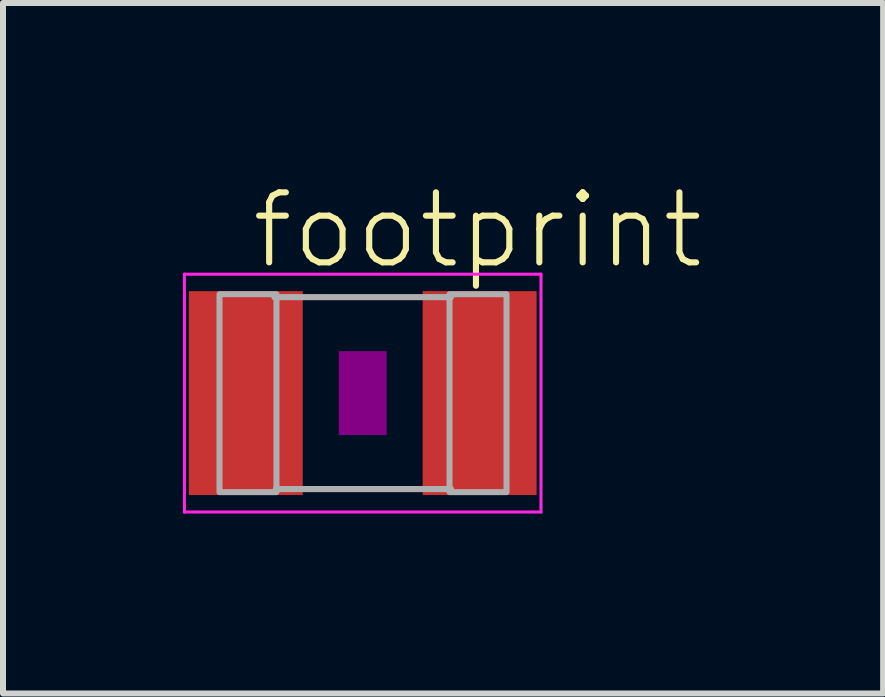
<source format=kicad_pcb>
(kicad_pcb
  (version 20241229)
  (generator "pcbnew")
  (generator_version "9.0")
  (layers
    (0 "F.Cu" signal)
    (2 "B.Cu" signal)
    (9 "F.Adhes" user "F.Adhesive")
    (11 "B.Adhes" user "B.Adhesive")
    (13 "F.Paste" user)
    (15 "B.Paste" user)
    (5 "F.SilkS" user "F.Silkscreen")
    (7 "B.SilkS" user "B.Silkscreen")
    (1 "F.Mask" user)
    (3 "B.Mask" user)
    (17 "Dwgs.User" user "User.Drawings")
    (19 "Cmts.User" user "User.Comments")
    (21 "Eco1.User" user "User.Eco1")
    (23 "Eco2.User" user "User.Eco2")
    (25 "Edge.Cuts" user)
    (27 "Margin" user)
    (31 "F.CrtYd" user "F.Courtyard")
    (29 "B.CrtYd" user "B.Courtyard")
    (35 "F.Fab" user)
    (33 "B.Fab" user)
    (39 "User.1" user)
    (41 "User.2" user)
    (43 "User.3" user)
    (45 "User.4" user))
  (footprint "footprint"
    (layer "F.Cu")
    (at 2.998 3.505)
    (property "Reference" "footprint" (at -1.905 -2.032 0) (layer "F.SilkS") (effects (font (size 1.168 1.168) (thickness 0.102)) (justify left bottom)))
    (fp_poly (pts (xy -0.4 0.7) (xy 0.4 0.7) (xy 0.4 -0.7) (xy -0.4 -0.7)) (stroke (width 0) (type solid)) (fill yes) (layer "F.Adhes"))
    (fp_line (start -2.973 -1.983) (end 2.973 -1.983) (stroke (width 0.051) (type solid)) (layer "F.CrtYd"))
    (fp_line (start -2.973 1.983) (end -2.973 -1.983) (stroke (width 0.051) (type solid)) (layer "F.CrtYd"))
    (fp_line (start 2.973 -1.983) (end 2.973 1.983) (stroke (width 0.051) (type solid)) (layer "F.CrtYd"))
    (fp_line (start 2.973 1.983) (end -2.973 1.983) (stroke (width 0.051) (type solid)) (layer "F.CrtYd"))
    (fp_line (start -1.473 -1.6) (end 1.473 -1.6) (stroke (width 0.102) (type solid)) (layer "F.Fab"))
    (fp_line (start -1.448 1.6) (end 1.473 1.6) (stroke (width 0.102) (type solid)) (layer "F.Fab"))
    (fp_poly (pts (xy -2.388 1.651) (xy -1.438 1.651) (xy -1.438 -1.649) (xy -2.388 -1.649)) (stroke (width 0.1) (type solid)) (fill no) (layer "F.Fab"))
    (fp_poly (pts (xy 1.448 1.651) (xy 2.398 1.651) (xy 2.398 -1.649) (xy 1.448 -1.649)) (stroke (width 0.1) (type solid)) (fill no) (layer "F.Fab"))
    (pad "1" smd rect (at -1.95 0) (size 1.9 3.4) (layers "F.Cu" "F.Mask" "F.Paste"))
    (pad "2" smd rect (at 1.95 0) (size 1.9 3.4) (layers "F.Cu" "F.Mask" "F.Paste")))
  (gr_rect
    (start -3 -3)
    (end 11.676 8.514)
    (stroke (width 0.1) (type default))
    (fill no)
    (layer "Edge.Cuts")))
</source>
